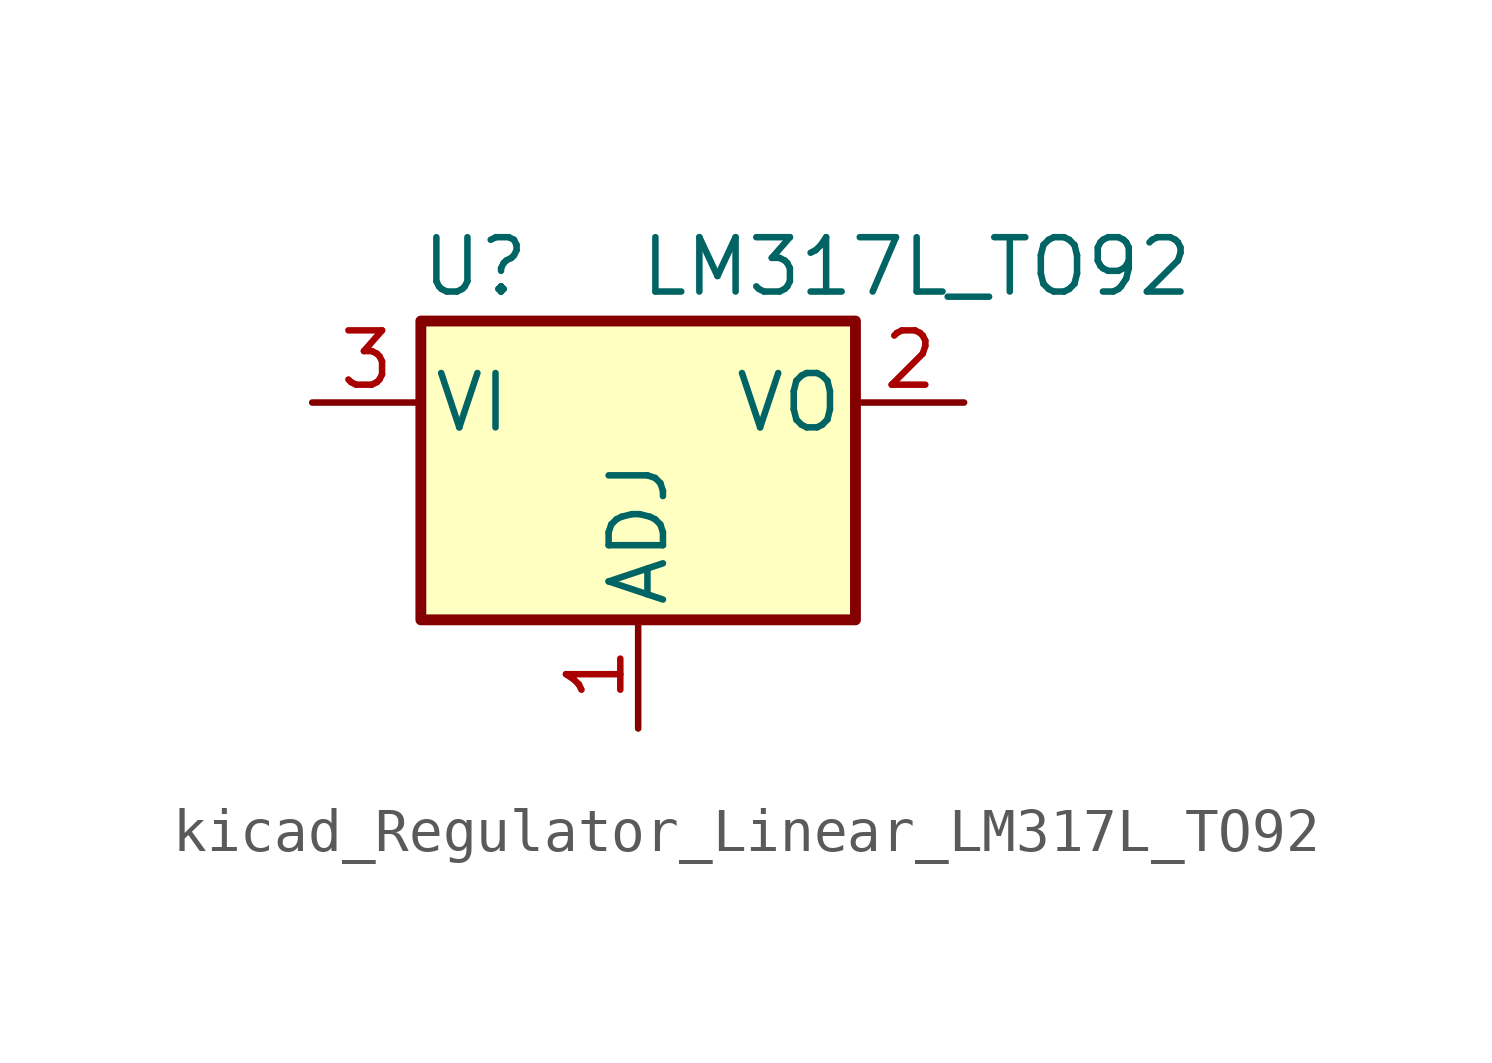
<source format=kicad_sym>
(kicad_symbol_lib
  (version 20220914)
  (generator kicad_symbol_editor)
  (symbol "kicad_Regulator_Linear_LM317L_TO92"
    (pin_names
      (offset 0.254))
    (property "Reference" "U"
      (at -3.81 3.175 0)
      (effects (font (size 1.27 1.27))))
    (property "Value" "LM317L_TO92"
      (at 0 3.175 0)
      (effects (font (size 1.27 1.27)) (justify left)))
    (symbol "kicad_Regulator_Linear_LM317L_TO92_0_1"
      (rectangle (start -5.08 1.905) (end 5.08 -5.08) (stroke (width 0.254) (type default)) (fill (type background))))
    (symbol "kicad_Regulator_Linear_LM317L_TO92_1_1"
      (pin input line (at 0 -7.62 90) (length 2.54) (name "ADJ" (effects (font (size 1.27 1.27)))) (number "1" (effects (font (size 1.27 1.27)))))
      (pin power_out line (at 7.62 0 180) (length 2.54) (name "VO" (effects (font (size 1.27 1.27)))) (number "2" (effects (font (size 1.27 1.27)))))
      (pin power_in line (at -7.62 0 0) (length 2.54) (name "VI" (effects (font (size 1.27 1.27)))) (number "3" (effects (font (size 1.27 1.27))))))))
</source>
